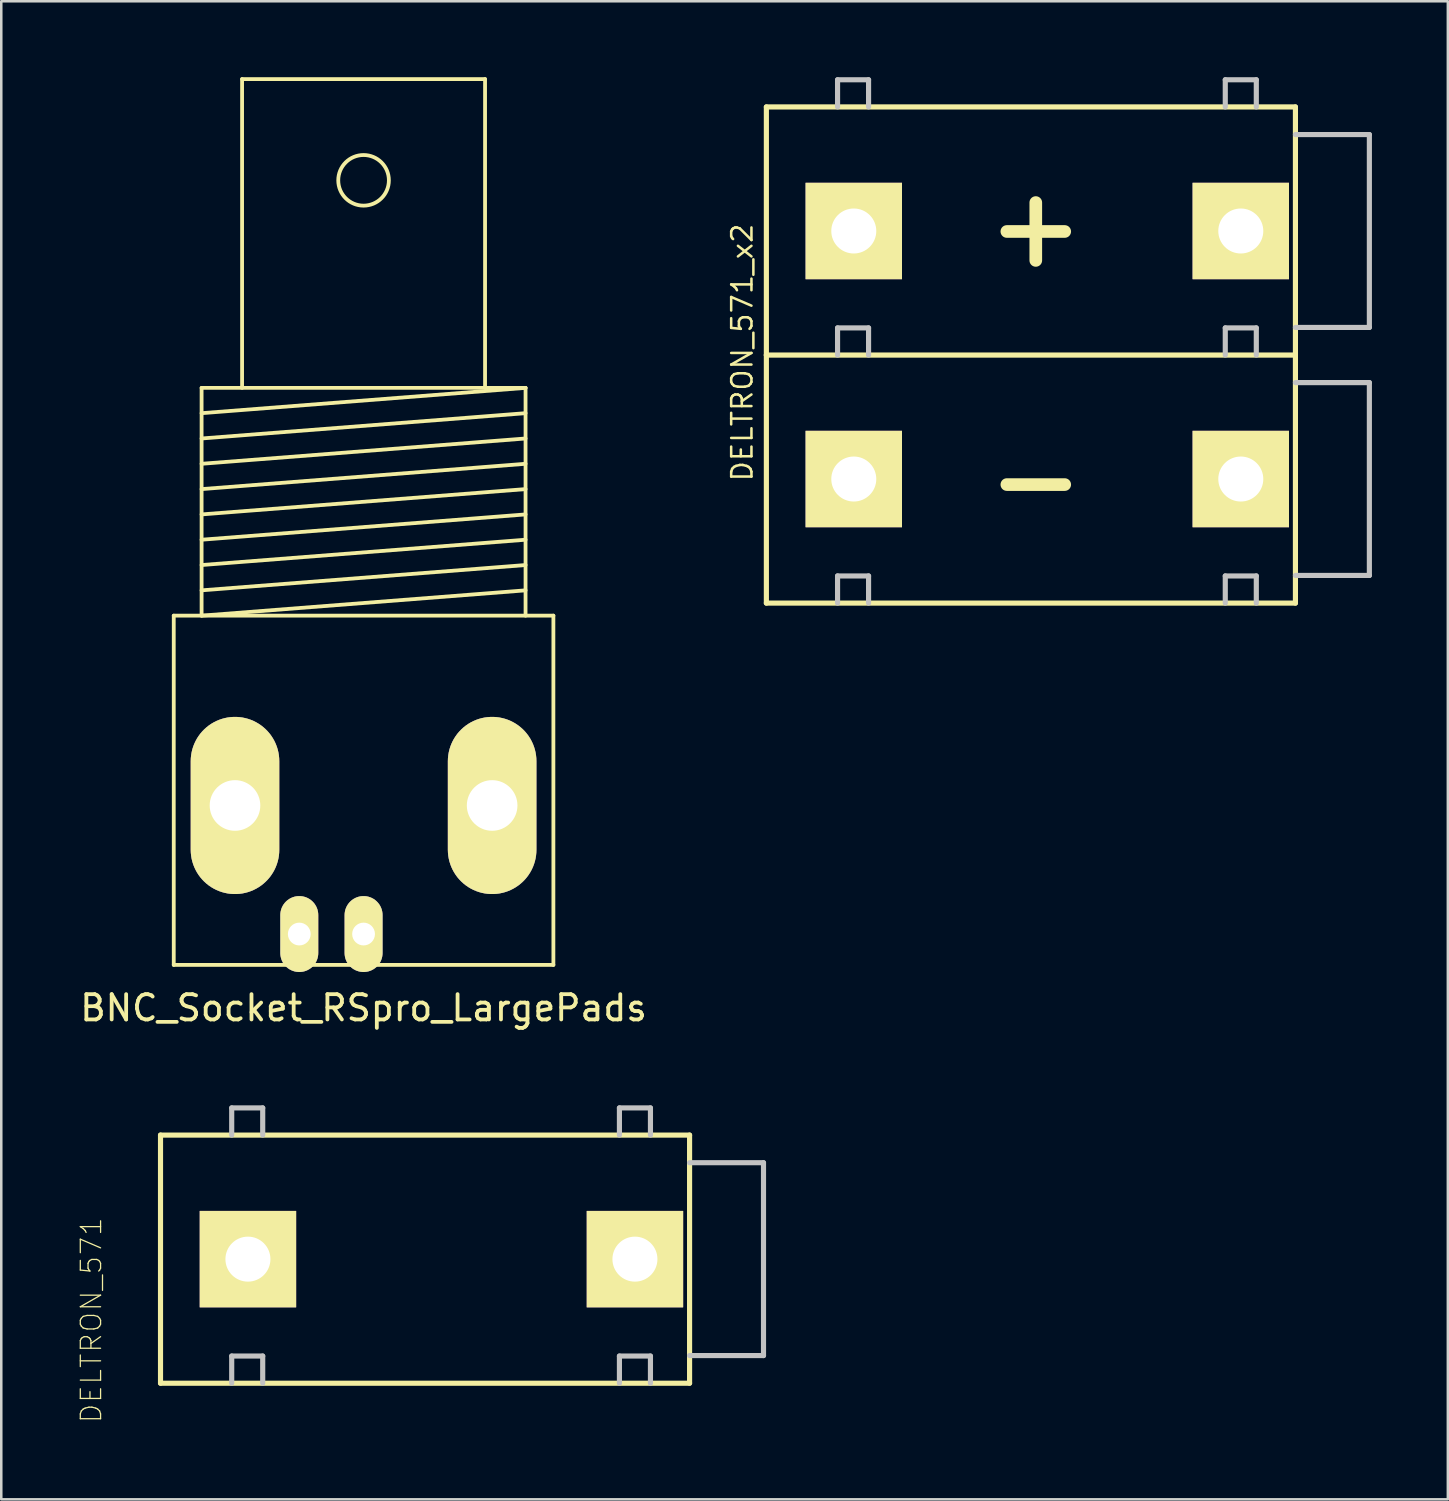
<source format=kicad_pcb>
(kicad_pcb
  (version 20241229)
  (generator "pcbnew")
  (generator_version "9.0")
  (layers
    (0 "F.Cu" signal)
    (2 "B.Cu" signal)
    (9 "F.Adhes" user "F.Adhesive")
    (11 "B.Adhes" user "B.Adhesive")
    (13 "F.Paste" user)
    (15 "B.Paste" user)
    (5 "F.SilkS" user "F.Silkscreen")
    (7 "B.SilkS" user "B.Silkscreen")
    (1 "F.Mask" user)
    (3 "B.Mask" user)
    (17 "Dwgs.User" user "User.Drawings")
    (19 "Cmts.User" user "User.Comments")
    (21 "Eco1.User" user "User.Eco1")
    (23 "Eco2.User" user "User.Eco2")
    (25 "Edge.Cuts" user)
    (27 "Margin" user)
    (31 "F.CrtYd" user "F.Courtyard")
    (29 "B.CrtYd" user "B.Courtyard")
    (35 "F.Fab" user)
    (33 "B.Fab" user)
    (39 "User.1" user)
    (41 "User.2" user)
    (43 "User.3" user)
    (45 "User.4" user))
  (footprint "BNC_Socket_RSpro_LargePads"
    (layer "F.Cu")
    (at 11.315 28.775)
    (property "Reference" "BNC_Socket_RSpro_LargePads" (at 0 8 0) (layer "F.SilkS") (effects (font (size 1 1) (thickness 0.15))))
    (attr through_hole)
    (fp_line (start -7.5 -7.5) (end -7.5 6.3) (stroke (width 0.15) (type solid)) (layer "F.SilkS"))
    (fp_line (start -7.5 6.3) (end 7.5 6.3) (stroke (width 0.15) (type solid)) (layer "F.SilkS"))
    (fp_line (start -6.4 -16.5) (end -6.4 -7.5) (stroke (width 0.15) (type solid)) (layer "F.SilkS"))
    (fp_line (start -6.4 -15.5) (end 6.4 -16.5) (stroke (width 0.15) (type solid)) (layer "F.SilkS"))
    (fp_line (start -6.4 -14.5) (end 6.4 -15.5) (stroke (width 0.15) (type solid)) (layer "F.SilkS"))
    (fp_line (start -6.4 -13.5) (end 6.4 -14.5) (stroke (width 0.15) (type solid)) (layer "F.SilkS"))
    (fp_line (start -6.4 -12.5) (end 6.4 -13.5) (stroke (width 0.15) (type solid)) (layer "F.SilkS"))
    (fp_line (start -6.4 -11.5) (end 6.4 -12.5) (stroke (width 0.15) (type solid)) (layer "F.SilkS"))
    (fp_line (start -6.4 -10.5) (end 6.4 -11.5) (stroke (width 0.15) (type solid)) (layer "F.SilkS"))
    (fp_line (start -6.4 -9.5) (end 6.4 -10.5) (stroke (width 0.15) (type solid)) (layer "F.SilkS"))
    (fp_line (start -6.4 -8.5) (end 6.4 -9.5) (stroke (width 0.15) (type solid)) (layer "F.SilkS"))
    (fp_line (start -6.4 -7.5) (end 6.4 -8.5) (stroke (width 0.15) (type solid)) (layer "F.SilkS"))
    (fp_line (start -4.8 -28.7) (end -4.8 -16.5) (stroke (width 0.15) (type solid)) (layer "F.SilkS"))
    (fp_line (start 4.8 -28.7) (end -4.8 -28.7) (stroke (width 0.15) (type solid)) (layer "F.SilkS"))
    (fp_line (start 4.8 -16.5) (end 4.8 -28.7) (stroke (width 0.15) (type solid)) (layer "F.SilkS"))
    (fp_line (start 6.4 -16.5) (end -6.4 -16.5) (stroke (width 0.15) (type solid)) (layer "F.SilkS"))
    (fp_line (start 6.4 -7.5) (end 6.4 -16.5) (stroke (width 0.15) (type solid)) (layer "F.SilkS"))
    (fp_line (start 7.5 -7.5) (end -7.5 -7.5) (stroke (width 0.15) (type solid)) (layer "F.SilkS"))
    (fp_line (start 7.5 6.3) (end 7.5 -7.5) (stroke (width 0.15) (type solid)) (layer "F.SilkS"))
    (fp_circle (center 0 -24.7) (end 1 -24.7) (stroke (width 0.15) (type solid)) (fill no) (layer "F.SilkS"))
    (pad "1" thru_hole oval (at 0 5.08) (size 1.5 3) (drill 0.9) (layers "*.Cu" "*.Mask" "F.SilkS"))
    (pad "2" thru_hole oval (at -5.08 0) (size 3.5 7) (drill 2) (layers "*.Cu" "*.Mask" "F.SilkS"))
    (pad "2" thru_hole oval (at -2.54 5.08) (size 1.5 3) (drill 0.9) (layers "*.Cu" "*.Mask" "F.SilkS"))
    (pad "2" thru_hole oval (at 5.08 0) (size 3.5 7) (drill 2) (layers "*.Cu" "*.Mask" "F.SilkS")))
  (footprint "DELTRON_571_x2"
    (layer "F.Cu")
    (at 37.875 11.077)
    (property "Reference" "DELTRON_571_x2" (at -11.6 -0.2 90) (layer "F.SilkS") (effects (font (size 0.801 0.801) (thickness 0.1))))
    (attr through_hole)
    (fp_line (start -10.645 -9.902) (end 10.259 -9.902) (stroke (width 0.203) (type solid)) (layer "F.SilkS"))
    (fp_line (start -10.645 -0.098) (end -10.645 -9.902) (stroke (width 0.203) (type solid)) (layer "F.SilkS"))
    (fp_line (start -10.645 9.702) (end -10.645 -0.102) (stroke (width 0.203) (type solid)) (layer "F.SilkS"))
    (fp_line (start 10.259 -9.902) (end 10.259 -0.098) (stroke (width 0.203) (type solid)) (layer "F.SilkS"))
    (fp_line (start 10.259 -0.102) (end 10.259 9.702) (stroke (width 0.203) (type solid)) (layer "F.SilkS"))
    (fp_line (start 10.259 -0.098) (end -10.645 -0.098) (stroke (width 0.203) (type solid)) (layer "F.SilkS"))
    (fp_line (start 10.259 9.702) (end -10.645 9.702) (stroke (width 0.203) (type solid)) (layer "F.SilkS"))
    (fp_line (start -7.832 -10.975) (end -6.607 -10.975) (stroke (width 0.203) (type solid)) (layer "Dwgs.User"))
    (fp_line (start -7.832 -9.902) (end -7.832 -10.975) (stroke (width 0.203) (type solid)) (layer "Dwgs.User"))
    (fp_line (start -7.832 -1.171) (end -7.832 -0.098) (stroke (width 0.203) (type solid)) (layer "Dwgs.User"))
    (fp_line (start -7.832 8.629) (end -7.832 9.702) (stroke (width 0.203) (type solid)) (layer "Dwgs.User"))
    (fp_line (start -6.607 -10.975) (end -6.607 -9.902) (stroke (width 0.203) (type solid)) (layer "Dwgs.User"))
    (fp_line (start -6.607 -1.171) (end -7.832 -1.171) (stroke (width 0.203) (type solid)) (layer "Dwgs.User"))
    (fp_line (start -6.607 -0.098) (end -6.607 -1.171) (stroke (width 0.203) (type solid)) (layer "Dwgs.User"))
    (fp_line (start -6.607 8.629) (end -7.832 8.629) (stroke (width 0.203) (type solid)) (layer "Dwgs.User"))
    (fp_line (start -6.607 9.702) (end -6.607 8.629) (stroke (width 0.203) (type solid)) (layer "Dwgs.User"))
    (fp_line (start 7.487 -10.975) (end 8.713 -10.975) (stroke (width 0.203) (type solid)) (layer "Dwgs.User"))
    (fp_line (start 7.487 -9.902) (end 7.487 -10.975) (stroke (width 0.203) (type solid)) (layer "Dwgs.User"))
    (fp_line (start 7.487 -1.171) (end 7.487 -0.098) (stroke (width 0.203) (type solid)) (layer "Dwgs.User"))
    (fp_line (start 7.487 8.629) (end 7.487 9.702) (stroke (width 0.203) (type solid)) (layer "Dwgs.User"))
    (fp_line (start 8.713 -10.975) (end 8.713 -9.902) (stroke (width 0.203) (type solid)) (layer "Dwgs.User"))
    (fp_line (start 8.713 -1.171) (end 7.487 -1.171) (stroke (width 0.203) (type solid)) (layer "Dwgs.User"))
    (fp_line (start 8.713 -0.098) (end 8.713 -1.171) (stroke (width 0.203) (type solid)) (layer "Dwgs.User"))
    (fp_line (start 8.713 8.629) (end 7.487 8.629) (stroke (width 0.203) (type solid)) (layer "Dwgs.User"))
    (fp_line (start 8.713 9.702) (end 8.713 8.629) (stroke (width 0.203) (type solid)) (layer "Dwgs.User"))
    (fp_line (start 10.259 -8.81) (end 13.18 -8.81) (stroke (width 0.203) (type solid)) (layer "Dwgs.User"))
    (fp_line (start 10.259 0.99) (end 13.18 0.99) (stroke (width 0.203) (type solid)) (layer "Dwgs.User"))
    (fp_line (start 13.18 -8.81) (end 13.18 -1.19) (stroke (width 0.203) (type solid)) (layer "Dwgs.User"))
    (fp_line (start 13.18 -1.19) (end 10.259 -1.19) (stroke (width 0.203) (type solid)) (layer "Dwgs.User"))
    (fp_line (start 13.18 0.99) (end 13.18 8.61) (stroke (width 0.203) (type solid)) (layer "Dwgs.User"))
    (fp_line (start 13.18 8.61) (end 10.259 8.61) (stroke (width 0.203) (type solid)) (layer "Dwgs.User"))
    (fp_text user "-" (at 0 4.8 0) (layer "F.SilkS") (effects (font (size 3 3) (thickness 0.5))))
    (fp_text user "+" (at 0 -5.2 0) (layer "F.SilkS") (effects (font (size 3 3) (thickness 0.5))))
    (pad "1" thru_hole rect (at -7.191 -5) (size 3.81 3.81) (drill 1.778) (layers "*.Cu" "*.Mask" "F.SilkS"))
    (pad "1" thru_hole rect (at 8.1 -5) (size 3.81 3.81) (drill 1.778) (layers "*.Cu" "*.Mask" "F.SilkS"))
    (pad "2" thru_hole rect (at -7.191 4.8) (size 3.81 3.81) (drill 1.778) (layers "*.Cu" "*.Mask" "F.SilkS"))
    (pad "2" thru_hole rect (at 8.1 4.8) (size 3.81 3.81) (drill 1.778) (layers "*.Cu" "*.Mask" "F.SilkS")))
  (footprint "DELTRON_571"
    (layer "F.Cu")
    (at 22.037 46.7)
    (property "Reference" "DELTRON_571" (at -21.481 2.415 90) (layer "F.SilkS") (effects (font (size 0.801 0.801) (thickness 0.05))))
    (attr through_hole)
    (fp_line (start -18.745 -4.902) (end 2.159 -4.902) (stroke (width 0.203) (type solid)) (layer "F.SilkS"))
    (fp_line (start -18.745 4.902) (end -18.745 -4.902) (stroke (width 0.203) (type solid)) (layer "F.SilkS"))
    (fp_line (start 2.159 -4.902) (end 2.159 4.902) (stroke (width 0.203) (type solid)) (layer "F.SilkS"))
    (fp_line (start 2.159 4.902) (end -18.745 4.902) (stroke (width 0.203) (type solid)) (layer "F.SilkS"))
    (fp_line (start -15.932 -5.975) (end -14.707 -5.975) (stroke (width 0.203) (type solid)) (layer "Dwgs.User"))
    (fp_line (start -15.932 -4.902) (end -15.932 -5.975) (stroke (width 0.203) (type solid)) (layer "Dwgs.User"))
    (fp_line (start -15.932 3.829) (end -15.932 4.902) (stroke (width 0.203) (type solid)) (layer "Dwgs.User"))
    (fp_line (start -14.707 -5.975) (end -14.707 -4.902) (stroke (width 0.203) (type solid)) (layer "Dwgs.User"))
    (fp_line (start -14.707 3.829) (end -15.932 3.829) (stroke (width 0.203) (type solid)) (layer "Dwgs.User"))
    (fp_line (start -14.707 4.902) (end -14.707 3.829) (stroke (width 0.203) (type solid)) (layer "Dwgs.User"))
    (fp_line (start -0.613 -5.975) (end 0.613 -5.975) (stroke (width 0.203) (type solid)) (layer "Dwgs.User"))
    (fp_line (start -0.613 -4.902) (end -0.613 -5.975) (stroke (width 0.203) (type solid)) (layer "Dwgs.User"))
    (fp_line (start -0.613 3.829) (end -0.613 4.902) (stroke (width 0.203) (type solid)) (layer "Dwgs.User"))
    (fp_line (start 0.613 -5.975) (end 0.613 -4.902) (stroke (width 0.203) (type solid)) (layer "Dwgs.User"))
    (fp_line (start 0.613 3.829) (end -0.613 3.829) (stroke (width 0.203) (type solid)) (layer "Dwgs.User"))
    (fp_line (start 0.613 4.902) (end 0.613 3.829) (stroke (width 0.203) (type solid)) (layer "Dwgs.User"))
    (fp_line (start 2.159 -3.81) (end 5.08 -3.81) (stroke (width 0.203) (type solid)) (layer "Dwgs.User"))
    (fp_line (start 5.08 -3.81) (end 5.08 3.81) (stroke (width 0.203) (type solid)) (layer "Dwgs.User"))
    (fp_line (start 5.08 3.81) (end 2.159 3.81) (stroke (width 0.203) (type solid)) (layer "Dwgs.User"))
    (pad "1" thru_hole rect (at 0 0) (size 3.81 3.81) (drill 1.778) (layers "*.Cu" "*.Mask" "F.SilkS"))
    (pad "2" thru_hole rect (at -15.291 0) (size 3.81 3.81) (drill 1.778) (layers "*.Cu" "*.Mask" "F.SilkS")))
  (gr_rect
    (start -3 -3)
    (end 54.156 56.19)
    (stroke (width 0.1) (type default))
    (fill no)
    (layer "Edge.Cuts")))
</source>
